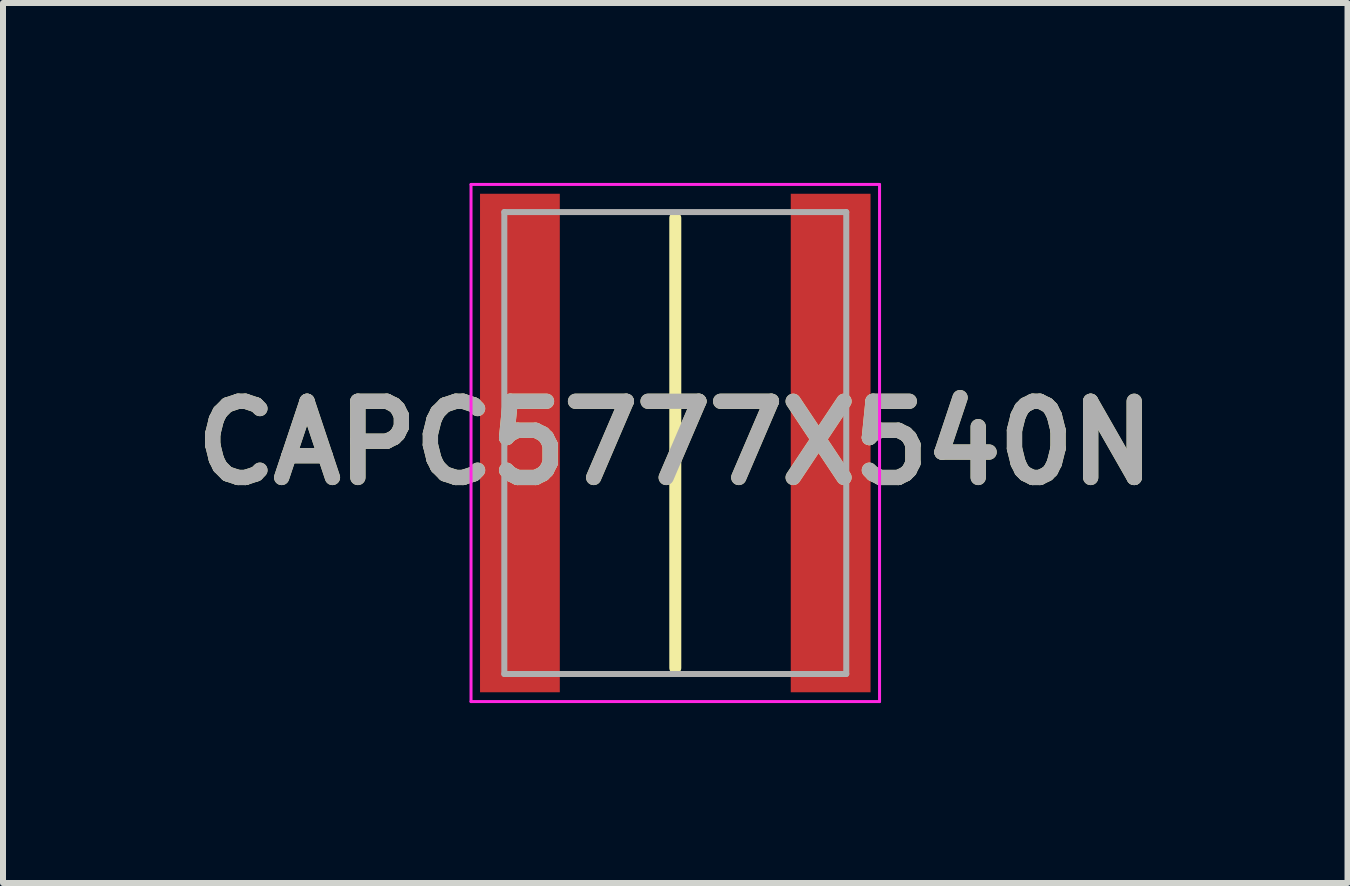
<source format=kicad_pcb>
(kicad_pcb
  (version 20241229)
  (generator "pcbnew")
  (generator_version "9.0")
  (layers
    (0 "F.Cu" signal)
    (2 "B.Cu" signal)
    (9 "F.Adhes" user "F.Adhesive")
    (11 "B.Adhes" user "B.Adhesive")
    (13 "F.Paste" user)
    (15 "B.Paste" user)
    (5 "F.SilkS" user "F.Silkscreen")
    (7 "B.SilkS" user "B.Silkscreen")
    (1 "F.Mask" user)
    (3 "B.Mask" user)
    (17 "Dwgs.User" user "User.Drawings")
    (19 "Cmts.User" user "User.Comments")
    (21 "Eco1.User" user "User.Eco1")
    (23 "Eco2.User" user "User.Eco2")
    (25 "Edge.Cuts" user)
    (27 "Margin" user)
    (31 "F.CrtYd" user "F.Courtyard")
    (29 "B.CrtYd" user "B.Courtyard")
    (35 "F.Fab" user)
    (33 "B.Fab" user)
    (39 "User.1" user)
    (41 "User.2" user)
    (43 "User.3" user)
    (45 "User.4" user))
  (footprint "CAPC5777X540N"
    (layer "F.Cu")
    (at 8.207 4.335)
    (property "Reference" "CAPC5777X540N" (at 0 0 0) (layer "F.SilkS") (effects (font (size 1.27 1.27) (thickness 0.254))))
    (attr smd)
    (fp_line (start 0 -3.75) (end 0 3.75) (stroke (width 0.2) (type solid)) (layer "F.SilkS"))
    (fp_line (start -3.405 -4.31) (end 3.405 -4.31) (stroke (width 0.05) (type solid)) (layer "F.CrtYd"))
    (fp_line (start -3.405 4.31) (end -3.405 -4.31) (stroke (width 0.05) (type solid)) (layer "F.CrtYd"))
    (fp_line (start 3.405 -4.31) (end 3.405 4.31) (stroke (width 0.05) (type solid)) (layer "F.CrtYd"))
    (fp_line (start 3.405 4.31) (end -3.405 4.31) (stroke (width 0.05) (type solid)) (layer "F.CrtYd"))
    (fp_line (start -2.85 -3.85) (end 2.85 -3.85) (stroke (width 0.1) (type solid)) (layer "F.Fab"))
    (fp_line (start -2.85 3.85) (end -2.85 -3.85) (stroke (width 0.1) (type solid)) (layer "F.Fab"))
    (fp_line (start 2.85 -3.85) (end 2.85 3.85) (stroke (width 0.1) (type solid)) (layer "F.Fab"))
    (fp_line (start 2.85 3.85) (end -2.85 3.85) (stroke (width 0.1) (type solid)) (layer "F.Fab"))
    (fp_text user "${REFERENCE}" (at 0 0 0) (layer "F.Fab") (effects (font (size 1.27 1.27) (thickness 0.254))))
    (pad "1" smd rect (at -2.59 0) (size 1.33 8.31) (layers "F.Cu" "F.Mask" "F.Paste"))
    (pad "2" smd rect (at 2.59 0) (size 1.33 8.31) (layers "F.Cu" "F.Mask" "F.Paste")))
  (gr_rect
    (start -3 -3)
    (end 19.413 11.67)
    (stroke (width 0.1) (type default))
    (fill no)
    (layer "Edge.Cuts")))
</source>
